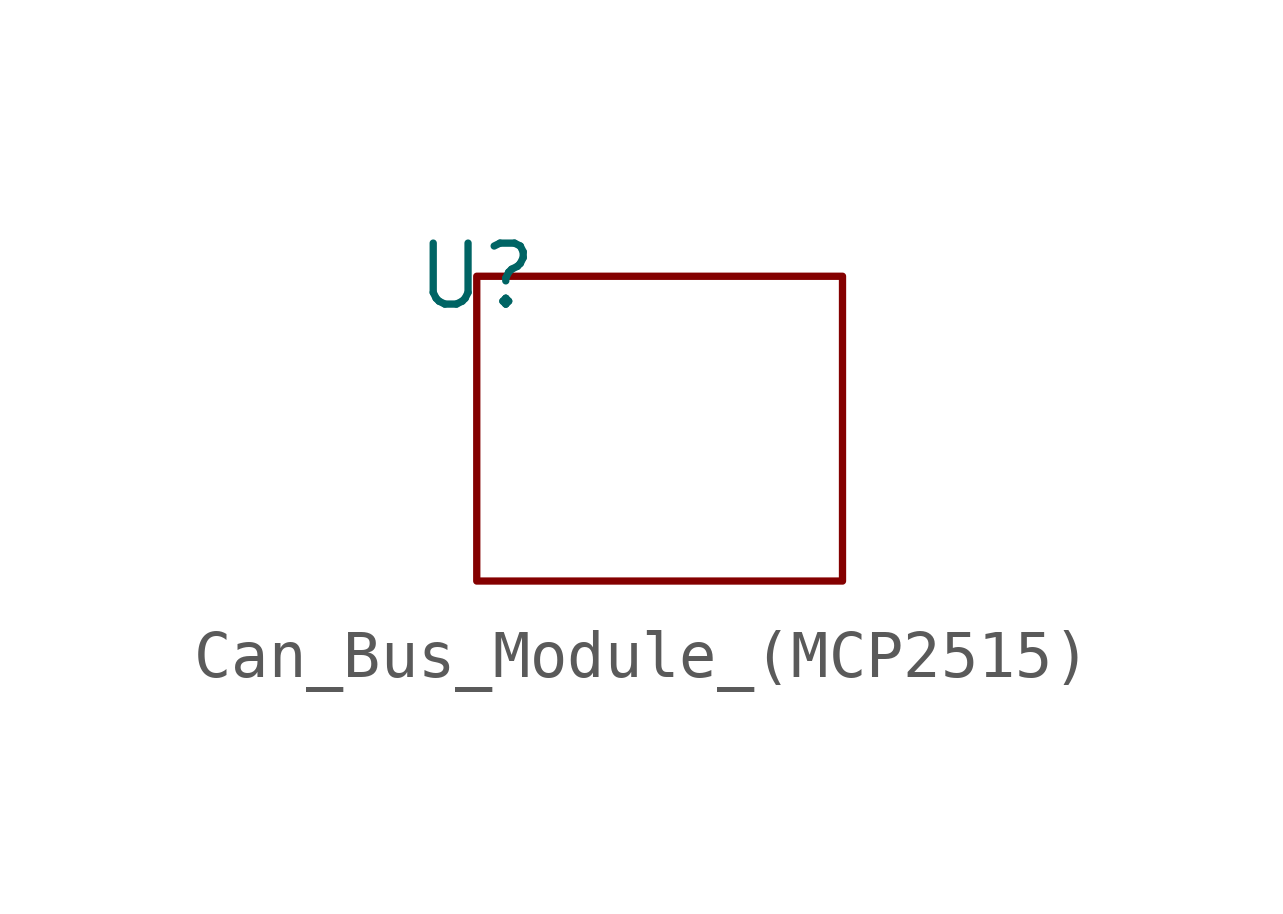
<source format=kicad_sym>
(kicad_symbol_lib
  (version 20220914)
  (generator kicad_symbol_editor)
  (symbol "Can_Bus_Module_(MCP2515)"
    (property "Reference" "U"
      (at 0 0 0)
      (effects (font (size 1.27 1.27))))
    (property "Value" ""
      (at 0 0 0)
      (effects (font (size 1.27 1.27))))
    (symbol "Can_Bus_Module_(MCP2515)_0_1"
      (rectangle (start 0 0) (end 7.62 -6.35) (stroke (width 0) (type default)) (fill (type none))))))
</source>
